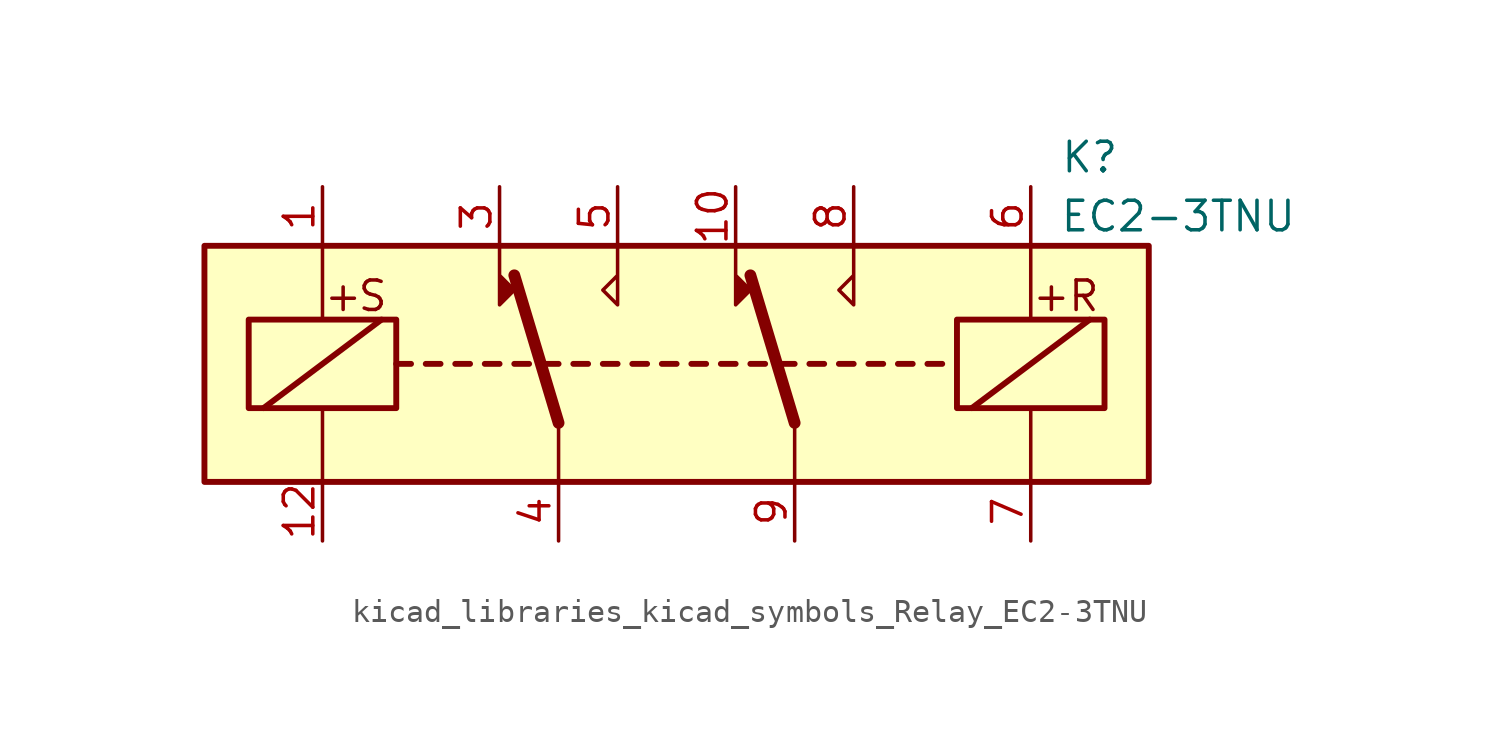
<source format=kicad_sym>
(kicad_symbol_lib
  (version 20220914)
  (generator kicad_symbol_editor)
  (symbol "kicad_libraries_kicad_symbols_Relay_EC2-3TNU"
    (property "Reference" "K"
      (at 17.78 8.89 0)
      (effects (font (size 1.27 1.27))))
    (property "Value" "EC2-3TNU"
      (at 21.59 6.35 0)
      (effects (font (size 1.27 1.27))))
    (symbol "kicad_libraries_kicad_symbols_Relay_EC2-3TNU_1_1"
      (rectangle (start -20.32 5.08) (end 20.32 -5.08) (stroke (width 0.254) (type default)) (fill (type background)))
      (rectangle (start -18.415 1.905) (end -12.065 -1.905) (stroke (width 0.254) (type default)) (fill (type none)))
      (polyline (pts (xy -17.78 -1.905) (xy -12.7 1.905)) (stroke (width 0.254) (type default)) (fill (type none)))
      (polyline (pts (xy -15.24 -5.08) (xy -15.24 -1.905)) (stroke (width 0) (type default)) (fill (type none)))
      (polyline (pts (xy -15.24 5.08) (xy -15.24 1.905)) (stroke (width 0) (type default)) (fill (type none)))
      (polyline (pts (xy -12.065 0) (xy -11.43 0)) (stroke (width 0.254) (type default)) (fill (type none)))
      (polyline (pts (xy -10.795 0) (xy -10.16 0)) (stroke (width 0.254) (type default)) (fill (type none)))
      (polyline (pts (xy -9.525 0) (xy -8.89 0)) (stroke (width 0.254) (type default)) (fill (type none)))
      (polyline (pts (xy -8.255 0) (xy -7.62 0)) (stroke (width 0.254) (type default)) (fill (type none)))
      (polyline (pts (xy -6.985 0) (xy -6.35 0)) (stroke (width 0.254) (type default)) (fill (type none)))
      (polyline (pts (xy -5.715 0) (xy -5.08 0)) (stroke (width 0.254) (type default)) (fill (type none)))
      (polyline (pts (xy -5.08 -2.54) (xy -6.985 3.81)) (stroke (width 0.508) (type default)) (fill (type none)))
      (polyline (pts (xy -5.08 -2.54) (xy -5.08 -5.08)) (stroke (width 0) (type default)) (fill (type none)))
      (polyline (pts (xy -4.445 0) (xy -3.81 0)) (stroke (width 0.254) (type default)) (fill (type none)))
      (polyline (pts (xy -3.175 0) (xy -2.54 0)) (stroke (width 0.254) (type default)) (fill (type none)))
      (polyline (pts (xy -1.905 0) (xy -1.27 0)) (stroke (width 0.254) (type default)) (fill (type none)))
      (polyline (pts (xy -0.635 0) (xy 0 0)) (stroke (width 0.254) (type default)) (fill (type none)))
      (polyline (pts (xy 0.635 0) (xy 1.27 0)) (stroke (width 0.254) (type default)) (fill (type none)))
      (polyline (pts (xy 1.905 0) (xy 2.54 0)) (stroke (width 0.254) (type default)) (fill (type none)))
      (polyline (pts (xy 3.175 0) (xy 3.81 0)) (stroke (width 0.254) (type default)) (fill (type none)))
      (polyline (pts (xy 4.445 0) (xy 5.08 0)) (stroke (width 0.254) (type default)) (fill (type none)))
      (polyline (pts (xy 5.08 -2.54) (xy 3.175 3.81)) (stroke (width 0.508) (type default)) (fill (type none)))
      (polyline (pts (xy 5.08 -2.54) (xy 5.08 -5.08)) (stroke (width 0) (type default)) (fill (type none)))
      (polyline (pts (xy 5.715 0) (xy 6.35 0)) (stroke (width 0.254) (type default)) (fill (type none)))
      (polyline (pts (xy 6.985 0) (xy 7.62 0)) (stroke (width 0.254) (type default)) (fill (type none)))
      (polyline (pts (xy 8.255 0) (xy 8.89 0)) (stroke (width 0.254) (type default)) (fill (type none)))
      (polyline (pts (xy 9.525 0) (xy 10.16 0)) (stroke (width 0.254) (type default)) (fill (type none)))
      (polyline (pts (xy 10.795 0) (xy 11.43 0)) (stroke (width 0.254) (type default)) (fill (type none)))
      (polyline (pts (xy 12.7 -1.905) (xy 17.78 1.905)) (stroke (width 0.254) (type default)) (fill (type none)))
      (polyline (pts (xy 15.24 -5.08) (xy 15.24 -1.905)) (stroke (width 0) (type default)) (fill (type none)))
      (polyline (pts (xy 15.24 5.08) (xy 15.24 1.905)) (stroke (width 0) (type default)) (fill (type none)))
      (polyline (pts (xy -7.62 5.08) (xy -7.62 2.54) (xy -6.985 3.175) (xy -7.62 3.81)) (stroke (width 0) (type default)) (fill (type outline)))
      (polyline (pts (xy -2.54 5.08) (xy -2.54 2.54) (xy -3.175 3.175) (xy -2.54 3.81)) (stroke (width 0) (type default)) (fill (type none)))
      (polyline (pts (xy 2.54 5.08) (xy 2.54 2.54) (xy 3.175 3.175) (xy 2.54 3.81)) (stroke (width 0) (type default)) (fill (type outline)))
      (polyline (pts (xy 7.62 5.08) (xy 7.62 2.54) (xy 6.985 3.175) (xy 7.62 3.81)) (stroke (width 0) (type default)) (fill (type none)))
      (rectangle (start 12.065 1.905) (end 18.415 -1.905) (stroke (width 0.254) (type default)) (fill (type none)))
      (text "+" (at -14.351 2.921 0) (effects (font (size 1.27 1.27))))
      (text "+" (at 16.129 2.921 0) (effects (font (size 1.27 1.27))))
      (text "R" (at 17.526 2.921 0) (effects (font (size 1.27 1.27))))
      (text "S" (at -13.081 2.921 0) (effects (font (size 1.27 1.27))))
      (pin passive line (at -15.24 7.62 270) (length 2.54) (name "~" (effects (font (size 1.27 1.27)))) (number "1" (effects (font (size 1.27 1.27)))))
      (pin passive line (at 2.54 7.62 270) (length 2.54) (name "~" (effects (font (size 1.27 1.27)))) (number "10" (effects (font (size 1.27 1.27)))))
      (pin passive line (at -15.24 -7.62 90) (length 2.54) (name "~" (effects (font (size 1.27 1.27)))) (number "12" (effects (font (size 1.27 1.27)))))
      (pin passive line (at -7.62 7.62 270) (length 2.54) (name "~" (effects (font (size 1.27 1.27)))) (number "3" (effects (font (size 1.27 1.27)))))
      (pin passive line (at -5.08 -7.62 90) (length 2.54) (name "~" (effects (font (size 1.27 1.27)))) (number "4" (effects (font (size 1.27 1.27)))))
      (pin passive line (at -2.54 7.62 270) (length 2.54) (name "~" (effects (font (size 1.27 1.27)))) (number "5" (effects (font (size 1.27 1.27)))))
      (pin passive line (at 15.24 7.62 270) (length 2.54) (name "~" (effects (font (size 1.27 1.27)))) (number "6" (effects (font (size 1.27 1.27)))))
      (pin passive line (at 15.24 -7.62 90) (length 2.54) (name "~" (effects (font (size 1.27 1.27)))) (number "7" (effects (font (size 1.27 1.27)))))
      (pin passive line (at 7.62 7.62 270) (length 2.54) (name "~" (effects (font (size 1.27 1.27)))) (number "8" (effects (font (size 1.27 1.27)))))
      (pin passive line (at 5.08 -7.62 90) (length 2.54) (name "~" (effects (font (size 1.27 1.27)))) (number "9" (effects (font (size 1.27 1.27))))))))
</source>
